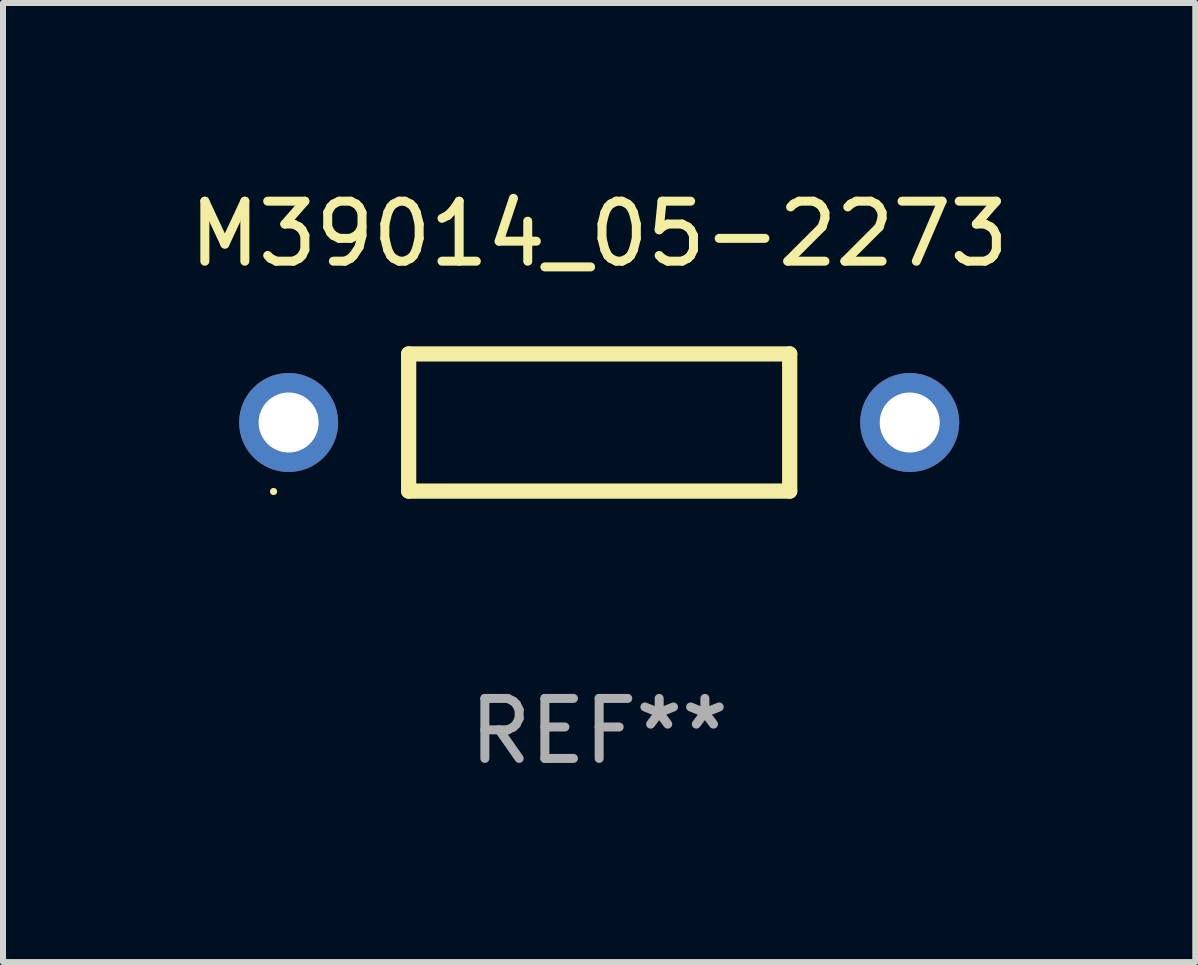
<source format=kicad_pcb>
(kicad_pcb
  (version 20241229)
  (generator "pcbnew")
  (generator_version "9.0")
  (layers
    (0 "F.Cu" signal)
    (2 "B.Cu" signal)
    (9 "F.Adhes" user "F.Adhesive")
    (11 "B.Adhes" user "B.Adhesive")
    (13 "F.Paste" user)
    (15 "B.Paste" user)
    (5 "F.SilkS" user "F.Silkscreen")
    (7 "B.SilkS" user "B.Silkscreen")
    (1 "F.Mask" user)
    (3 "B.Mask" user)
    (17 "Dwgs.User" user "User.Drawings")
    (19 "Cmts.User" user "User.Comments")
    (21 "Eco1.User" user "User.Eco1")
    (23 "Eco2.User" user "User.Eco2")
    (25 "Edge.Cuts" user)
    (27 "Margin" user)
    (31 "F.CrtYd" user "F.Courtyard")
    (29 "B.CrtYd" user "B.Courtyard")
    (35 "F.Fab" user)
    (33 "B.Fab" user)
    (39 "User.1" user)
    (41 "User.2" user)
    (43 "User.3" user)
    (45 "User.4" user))
  (footprint "M39014_05-2273"
    (layer "F.Cu")
    (at 6.935 3.991)
    (property "Reference" "M39014_05-2273" (at 0 -3.143 0) (layer "F.SilkS") (effects (font (size 1 1) (thickness 0.15))))
    (attr through_hole)
    (fp_line (start -3.175 -1.143) (end -3.175 1.143) (stroke (width 0.254) (type solid)) (layer "F.SilkS"))
    (fp_line (start -3.175 1.143) (end 3.175 1.143) (stroke (width 0.254) (type solid)) (layer "F.SilkS"))
    (fp_line (start 3.175 -1.143) (end -3.175 -1.143) (stroke (width 0.254) (type solid)) (layer "F.SilkS"))
    (fp_line (start 3.175 1.143) (end 3.175 -1.143) (stroke (width 0.254) (type solid)) (layer "F.SilkS"))
    (fp_circle (center -5.426 1.15) (end -5.396 1.15) (stroke (width 0.06) (type solid)) (fill no) (layer "F.SilkS"))
    (fp_text user "REF**" (at 0 5.143 0) (layer "F.Fab") (effects (font (size 1 1) (thickness 0.15))))
    (pad "1" thru_hole circle (at -5.175 0) (size 1.65 1.65) (drill 1) (layers "*.Cu" "*.Mask"))
    (pad "2" thru_hole circle (at 5.175 0) (size 1.65 1.65) (drill 1) (layers "*.Cu" "*.Mask")))
  (gr_rect
    (start -3 -3)
    (end 16.869 12.983)
    (stroke (width 0.1) (type default))
    (fill no)
    (layer "Edge.Cuts")))
</source>
